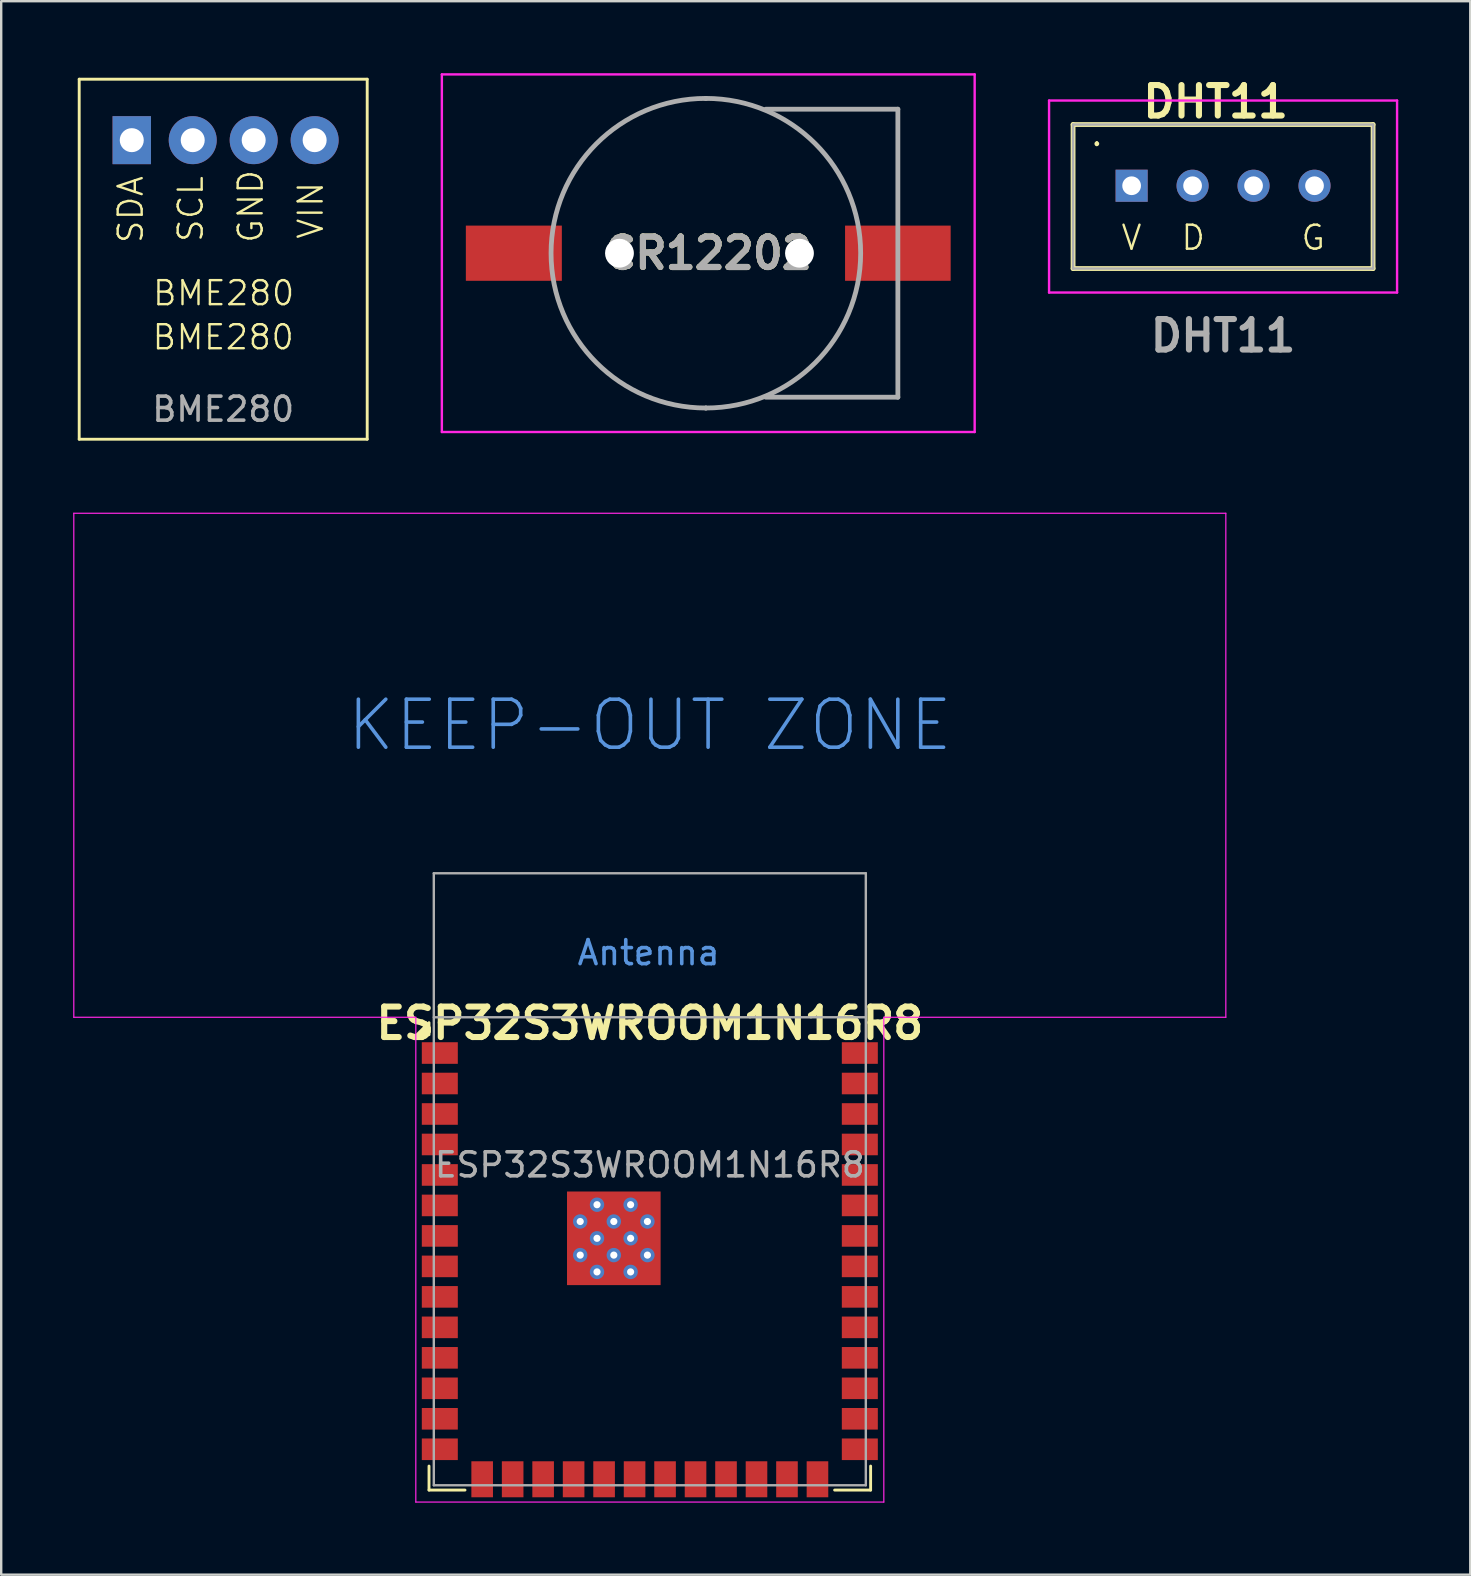
<source format=kicad_pcb>
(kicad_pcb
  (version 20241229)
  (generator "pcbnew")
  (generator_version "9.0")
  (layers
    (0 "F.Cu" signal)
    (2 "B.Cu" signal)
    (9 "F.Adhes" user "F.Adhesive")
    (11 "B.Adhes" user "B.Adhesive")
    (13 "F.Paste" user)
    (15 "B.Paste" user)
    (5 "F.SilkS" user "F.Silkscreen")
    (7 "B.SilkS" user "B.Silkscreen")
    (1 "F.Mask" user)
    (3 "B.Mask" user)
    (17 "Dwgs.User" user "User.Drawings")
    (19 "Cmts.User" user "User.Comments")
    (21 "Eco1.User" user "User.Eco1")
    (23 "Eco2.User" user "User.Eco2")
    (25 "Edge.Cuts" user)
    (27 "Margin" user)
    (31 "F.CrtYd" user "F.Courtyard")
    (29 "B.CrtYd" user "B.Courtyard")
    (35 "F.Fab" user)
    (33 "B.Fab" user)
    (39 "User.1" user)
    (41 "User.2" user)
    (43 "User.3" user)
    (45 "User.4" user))
  (footprint "DHT11"
    (layer "F.Cu")
    (at 44.1 4.689)
    (property "Reference" "DHT11" (at 3.5 -3.5 0) (layer "F.SilkS") (effects (font (size 1.27 1.27) (thickness 0.254))))
    (attr through_hole)
    (fp_line (start -2.44 -2.55) (end 10.06 -2.55) (stroke (width 0.2) (type solid)) (layer "F.SilkS"))
    (fp_line (start -2.44 3.45) (end -2.44 -2.55) (stroke (width 0.2) (type solid)) (layer "F.SilkS"))
    (fp_line (start -1.45 -1.8) (end -1.45 -1.8) (stroke (width 0.1) (type solid)) (layer "F.SilkS"))
    (fp_line (start -1.45 -1.7) (end -1.45 -1.7) (stroke (width 0.1) (type solid)) (layer "F.SilkS"))
    (fp_line (start 10.06 -2.55) (end 10.06 3.45) (stroke (width 0.2) (type solid)) (layer "F.SilkS"))
    (fp_line (start 10.06 3.45) (end -2.44 3.45) (stroke (width 0.2) (type solid)) (layer "F.SilkS"))
    (fp_arc (start -1.45 -1.8) (mid -1.4 -1.75) (end -1.45 -1.7) (stroke (width 0.1) (type solid)) (layer "F.SilkS"))
    (fp_arc (start -1.45 -1.7) (mid -1.5 -1.75) (end -1.45 -1.8) (stroke (width 0.1) (type solid)) (layer "F.SilkS"))
    (fp_line (start -3.44 -3.55) (end 11.06 -3.55) (stroke (width 0.1) (type solid)) (layer "F.CrtYd"))
    (fp_line (start -3.44 4.45) (end -3.44 -3.55) (stroke (width 0.1) (type solid)) (layer "F.CrtYd"))
    (fp_line (start 11.06 -3.55) (end 11.06 4.45) (stroke (width 0.1) (type solid)) (layer "F.CrtYd"))
    (fp_line (start 11.06 4.45) (end -3.44 4.45) (stroke (width 0.1) (type solid)) (layer "F.CrtYd"))
    (fp_line (start -2.44 -2.55) (end -2.44 3.45) (stroke (width 0.1) (type solid)) (layer "F.Fab"))
    (fp_line (start -2.44 3.45) (end 10.06 3.45) (stroke (width 0.1) (type solid)) (layer "F.Fab"))
    (fp_line (start 10.06 -2.55) (end -2.44 -2.55) (stroke (width 0.1) (type solid)) (layer "F.Fab"))
    (fp_line (start 10.06 3.45) (end 10.06 -2.55) (stroke (width 0.1) (type solid)) (layer "F.Fab"))
    (fp_text user "D" (at 2 2.75 0) (unlocked yes) (layer "F.SilkS") (effects (font (size 1 1) (thickness 0.1)) (justify left bottom)))
    (fp_text user "G" (at 7 2.75 0) (unlocked yes) (layer "F.SilkS") (effects (font (size 1 1) (thickness 0.1)) (justify left bottom)))
    (fp_text user "V" (at -0.5 2.75 0) (unlocked yes) (layer "F.SilkS") (effects (font (size 1 1) (thickness 0.1)) (justify left bottom)))
    (fp_text user "${REFERENCE}" (at 3.81 6.25 0) (layer "F.Fab") (effects (font (size 1.27 1.27) (thickness 0.254))))
    (pad "1" thru_hole rect (at 0 0) (size 1.337 1.337) (drill 0.78) (layers "*.Cu" "*.Mask"))
    (pad "2" thru_hole circle (at 2.54 0) (size 1.337 1.337) (drill 0.78) (layers "*.Cu" "*.Mask"))
    (pad "3" thru_hole circle (at 5.08 0) (size 1.337 1.337) (drill 0.78) (layers "*.Cu" "*.Mask"))
    (pad "4" thru_hole circle (at 7.62 0) (size 1.337 1.337) (drill 0.78) (layers "*.Cu" "*.Mask")))
  (footprint "BME280"
    (layer "F.Cu")
    (at 0.25 0.25)
    (property "Reference" "BME280" (at 6 10.75 0) (unlocked yes) (layer "F.SilkS") (effects (font (size 1 1) (thickness 0.1))))
    (attr through_hole)
    (fp_line (start 0 0) (end 0 15) (stroke (width 0.12) (type solid)) (layer "F.SilkS"))
    (fp_line (start 0 0) (end 12 0) (stroke (width 0.12) (type solid)) (layer "F.SilkS"))
    (fp_line (start 12 0) (end 12 15) (stroke (width 0.12) (type solid)) (layer "F.SilkS"))
    (fp_line (start 12 15) (end 0 15) (stroke (width 0.12) (type solid)) (layer "F.SilkS"))
    (fp_text user "SCL" (at 5.23 3.96 90) (unlocked yes) (layer "F.SilkS") (effects (font (size 1 1) (thickness 0.1)) (justify right bottom)))
    (fp_text user "GND" (at 7.73 3.71 90) (unlocked yes) (layer "F.SilkS") (effects (font (size 1 1) (thickness 0.1)) (justify right bottom)))
    (fp_text user "VIN" (at 10.23 4.21 90) (unlocked yes) (layer "F.SilkS") (effects (font (size 1 1) (thickness 0.1)) (justify right bottom)))
    (fp_text user "SDA" (at 2.73 3.96 90) (unlocked yes) (layer "F.SilkS") (effects (font (size 1 1) (thickness 0.1)) (justify right bottom)))
    (fp_text user "BME280" (at 3 9.5 0) (unlocked yes) (layer "F.SilkS") (effects (font (size 1 1) (thickness 0.1)) (justify left bottom)))
    (fp_text user "${REFERENCE}" (at 6 13.75 0) (unlocked yes) (layer "F.Fab") (effects (font (size 1 1) (thickness 0.15))))
    (pad "1" thru_hole rect (at 2.19 2.54 90) (size 2 1.6) (drill 1) (layers "*.Cu" "*.Mask"))
    (pad "2" thru_hole circle (at 4.73 2.54 90) (size 2 2) (drill oval 1) (layers "*.Cu" "*.Mask"))
    (pad "3" thru_hole circle (at 7.27 2.54 90) (size 2 2) (drill 1) (layers "*.Cu" "*.Mask"))
    (pad "4" thru_hole circle (at 9.81 2.54 90) (size 2 2) (drill 1) (layers "*.Cu" "*.Mask")))
  (footprint "CR12202"
    (layer "F.Cu")
    (at 26.36 7.5)
    (property "Reference" "CR12202" (at 0.1 0 0) (layer "F.SilkS") (effects (font (size 1.27 1.27) (thickness 0.254))))
    (attr through_hole)
    (fp_line (start 3.5 6) (end 8 6) (stroke (width 0.1) (type solid)) (layer "F.SilkS"))
    (fp_line (start 3.9 -6) (end 8 -6) (stroke (width 0.1) (type solid)) (layer "F.SilkS"))
    (fp_line (start 8 -6) (end 8 -2) (stroke (width 0.1) (type solid)) (layer "F.SilkS"))
    (fp_line (start 8 6) (end 8 2) (stroke (width 0.1) (type solid)) (layer "F.SilkS"))
    (fp_line (start -11 -7.45) (end 11.2 -7.45) (stroke (width 0.1) (type solid)) (layer "F.CrtYd"))
    (fp_line (start -11 7.45) (end -11 -7.45) (stroke (width 0.1) (type solid)) (layer "F.CrtYd"))
    (fp_line (start 11.2 -7.45) (end 11.2 7.45) (stroke (width 0.1) (type solid)) (layer "F.CrtYd"))
    (fp_line (start 11.2 7.45) (end -11 7.45) (stroke (width 0.1) (type solid)) (layer "F.CrtYd"))
    (fp_line (start 0 -6.45) (end 0 -6.45) (stroke (width 0.2) (type solid)) (layer "F.Fab"))
    (fp_line (start 0 6.45) (end 0 6.45) (stroke (width 0.2) (type solid)) (layer "F.Fab"))
    (fp_line (start 2.5 6) (end 8 6) (stroke (width 0.2) (type solid)) (layer "F.Fab"))
    (fp_line (start 8 -6) (end 2.5 -6) (stroke (width 0.2) (type solid)) (layer "F.Fab"))
    (fp_line (start 8 6) (end 8 -6) (stroke (width 0.2) (type solid)) (layer "F.Fab"))
    (fp_arc (start 0 -6.45) (mid 6.45 0) (end 0 6.45) (stroke (width 0.2) (type solid)) (layer "F.Fab"))
    (fp_arc (start 0 6.45) (mid -6.45 0) (end 0 -6.45) (stroke (width 0.2) (type solid)) (layer "F.Fab"))
    (fp_text user "${REFERENCE}" (at 0.1 0 0) (layer "F.Fab") (effects (font (size 1.27 1.27) (thickness 0.254))))
    (pad "" np_thru_hole circle (at -3.6 0) (size 1.2 1.2) (drill 1.2) (layers "*.Cu" "*.Mask"))
    (pad "" np_thru_hole circle (at 3.9 0) (size 1.2 1.2) (drill 1.2) (layers "*.Cu" "*.Mask"))
    (pad "1" smd rect (at -8 0 90) (size 2.3 4) (layers "F.Cu" "F.Mask" "F.Paste"))
    (pad "2" smd rect (at 8 0 90) (size 2.3 4.4) (layers "F.Cu" "F.Mask" "F.Paste")))
  (footprint "ESP32S3WROOM1N16R8"
    (layer "F.Cu")
    (at 24.025 39.335)
    (property "Reference" "ESP32S3WROOM1N16R8" (at 0 0.25 0) (layer "F.SilkS") (effects (font (size 1.27 1.27) (thickness 0.254))))
    (attr smd)
    (fp_line (start -9.2 18.7) (end -9.2 19.7) (stroke (width 0.12) (type solid)) (layer "F.SilkS"))
    (fp_line (start -9.2 19.7) (end -7.7 19.7) (stroke (width 0.12) (type solid)) (layer "F.SilkS"))
    (fp_line (start 9.2 19.7) (end 7.7 19.7) (stroke (width 0.12) (type solid)) (layer "F.SilkS"))
    (fp_line (start 9.2 19.7) (end 9.2 18.7) (stroke (width 0.12) (type solid)) (layer "F.SilkS"))
    (fp_poly (pts (xy -9.2 0.725) (xy -9.7 0.725) (xy -9.2 0.225) (xy -9.2 0.725)) (stroke (width 0.12) (type solid)) (fill yes) (layer "F.SilkS"))
    (fp_line (start -24 -21) (end -24 0) (stroke (width 0.05) (type solid)) (layer "F.CrtYd"))
    (fp_line (start -24 0) (end -9.75 0) (stroke (width 0.05) (type solid)) (layer "F.CrtYd"))
    (fp_line (start -9.75 20.2) (end -9.75 0) (stroke (width 0.05) (type solid)) (layer "F.CrtYd"))
    (fp_line (start -9.75 20.2) (end 9.75 20.2) (stroke (width 0.05) (type solid)) (layer "F.CrtYd"))
    (fp_line (start 9.75 0) (end 9.75 20.2) (stroke (width 0.05) (type solid)) (layer "F.CrtYd"))
    (fp_line (start 9.75 0) (end 24 0) (stroke (width 0.05) (type solid)) (layer "F.CrtYd"))
    (fp_line (start 24 -21) (end -24 -21) (stroke (width 0.05) (type solid)) (layer "F.CrtYd"))
    (fp_line (start 24 0) (end 24 -21) (stroke (width 0.05) (type solid)) (layer "F.CrtYd"))
    (fp_line (start -9 -6) (end 9 -6) (stroke (width 0.1) (type solid)) (layer "F.Fab"))
    (fp_line (start -9 0) (end 9 0) (stroke (width 0.1) (type solid)) (layer "F.Fab"))
    (fp_line (start -9 19.5) (end -9 -6) (stroke (width 0.1) (type solid)) (layer "F.Fab"))
    (fp_line (start -9 19.5) (end 9 19.5) (stroke (width 0.1) (type solid)) (layer "F.Fab"))
    (fp_line (start 9 19.5) (end 9 -6) (stroke (width 0.1) (type solid)) (layer "F.Fab"))
    (fp_text user "KEEP-OUT ZONE" (at 0 -12.17 0) (layer "Cmts.User") (effects (font (size 2 2) (thickness 0.15))))
    (fp_text user "Antenna" (at -0.05 -2.69 0) (layer "Cmts.User") (effects (font (size 1 1) (thickness 0.15))))
    (fp_text user "${REFERENCE}" (at 0 6.15 0) (unlocked yes) (layer "F.Fab") (effects (font (size 1 1) (thickness 0.15))))
    (pad "" smd rect (at -2.9 7.81) (size 0.9 0.9) (layers "F.Paste"))
    (pad "" smd rect (at -2.9 9.21 270) (size 0.9 0.9) (layers "F.Paste"))
    (pad "" smd rect (at -2.9 10.61) (size 0.9 0.9) (layers "F.Paste"))
    (pad "" smd rect (at -1.5 7.81 270) (size 0.9 0.9) (layers "F.Paste"))
    (pad "" smd rect (at -1.5 9.21 270) (size 0.9 0.9) (layers "F.Paste"))
    (pad "" smd rect (at -1.5 10.61 270) (size 0.9 0.9) (layers "F.Paste"))
    (pad "" smd rect (at -0.1 7.81 270) (size 0.9 0.9) (layers "F.Paste"))
    (pad "" smd rect (at -0.1 9.21 270) (size 0.9 0.9) (layers "F.Paste"))
    (pad "" smd rect (at -0.1 10.61 270) (size 0.9 0.9) (layers "F.Paste"))
    (pad "1" smd rect (at -8.75 1.49) (size 1.5 0.9) (layers "F.Cu" "F.Mask" "F.Paste"))
    (pad "2" smd rect (at -8.75 2.76) (size 1.5 0.9) (layers "F.Cu" "F.Mask" "F.Paste"))
    (pad "3" smd rect (at -8.75 4.03) (size 1.5 0.9) (layers "F.Cu" "F.Mask" "F.Paste"))
    (pad "4" smd rect (at -8.75 5.3) (size 1.5 0.9) (layers "F.Cu" "F.Mask" "F.Paste"))
    (pad "5" smd rect (at -8.75 6.57) (size 1.5 0.9) (layers "F.Cu" "F.Mask" "F.Paste"))
    (pad "6" smd rect (at -8.75 7.84) (size 1.5 0.9) (layers "F.Cu" "F.Mask" "F.Paste"))
    (pad "7" smd rect (at -8.75 9.11) (size 1.5 0.9) (layers "F.Cu" "F.Mask" "F.Paste"))
    (pad "8" smd rect (at -8.75 10.38) (size 1.5 0.9) (layers "F.Cu" "F.Mask" "F.Paste"))
    (pad "9" smd rect (at -8.75 11.65) (size 1.5 0.9) (layers "F.Cu" "F.Mask" "F.Paste"))
    (pad "10" smd rect (at -8.75 12.92) (size 1.5 0.9) (layers "F.Cu" "F.Mask" "F.Paste"))
    (pad "11" smd rect (at -8.75 14.19) (size 1.5 0.9) (layers "F.Cu" "F.Mask" "F.Paste"))
    (pad "12" smd rect (at -8.75 15.46) (size 1.5 0.9) (layers "F.Cu" "F.Mask" "F.Paste"))
    (pad "13" smd rect (at -8.75 16.73) (size 1.5 0.9) (layers "F.Cu" "F.Mask" "F.Paste"))
    (pad "14" smd rect (at -8.75 18 180) (size 1.5 0.9) (layers "F.Cu" "F.Mask" "F.Paste"))
    (pad "15" smd rect (at -6.985 19.25 270) (size 1.5 0.9) (layers "F.Cu" "F.Mask" "F.Paste"))
    (pad "16" smd rect (at -5.715 19.25 270) (size 1.5 0.9) (layers "F.Cu" "F.Mask" "F.Paste"))
    (pad "17" smd rect (at -4.445 19.25 270) (size 1.5 0.9) (layers "F.Cu" "F.Mask" "F.Paste"))
    (pad "18" smd rect (at -3.175 19.25 270) (size 1.5 0.9) (layers "F.Cu" "F.Mask" "F.Paste"))
    (pad "19" smd rect (at -1.905 19.25 270) (size 1.5 0.9) (layers "F.Cu" "F.Mask" "F.Paste"))
    (pad "20" smd rect (at -0.635 19.25 270) (size 1.5 0.9) (layers "F.Cu" "F.Mask" "F.Paste"))
    (pad "21" smd rect (at 0.635 19.25 270) (size 1.5 0.9) (layers "F.Cu" "F.Mask" "F.Paste"))
    (pad "22" smd rect (at 1.905 19.25 270) (size 1.5 0.9) (layers "F.Cu" "F.Mask" "F.Paste"))
    (pad "23" smd rect (at 3.175 19.25 270) (size 1.5 0.9) (layers "F.Cu" "F.Mask" "F.Paste"))
    (pad "24" smd rect (at 4.445 19.25 270) (size 1.5 0.9) (layers "F.Cu" "F.Mask" "F.Paste"))
    (pad "25" smd rect (at 5.715 19.25 270) (size 1.5 0.9) (layers "F.Cu" "F.Mask" "F.Paste"))
    (pad "26" smd rect (at 6.985 19.25 270) (size 1.5 0.9) (layers "F.Cu" "F.Mask" "F.Paste"))
    (pad "27" smd rect (at 8.75 18) (size 1.5 0.9) (layers "F.Cu" "F.Mask" "F.Paste"))
    (pad "28" smd rect (at 8.75 16.73) (size 1.5 0.9) (layers "F.Cu" "F.Mask" "F.Paste"))
    (pad "29" smd rect (at 8.75 15.46) (size 1.5 0.9) (layers "F.Cu" "F.Mask" "F.Paste"))
    (pad "30" smd rect (at 8.75 14.19) (size 1.5 0.9) (layers "F.Cu" "F.Mask" "F.Paste"))
    (pad "31" smd rect (at 8.75 12.92) (size 1.5 0.9) (layers "F.Cu" "F.Mask" "F.Paste"))
    (pad "32" smd rect (at 8.75 11.65) (size 1.5 0.9) (layers "F.Cu" "F.Mask" "F.Paste"))
    (pad "33" smd rect (at 8.75 10.38) (size 1.5 0.9) (layers "F.Cu" "F.Mask" "F.Paste"))
    (pad "34" smd rect (at 8.75 9.11) (size 1.5 0.9) (layers "F.Cu" "F.Mask" "F.Paste"))
    (pad "35" smd rect (at 8.75 7.84) (size 1.5 0.9) (layers "F.Cu" "F.Mask" "F.Paste"))
    (pad "36" smd rect (at 8.75 6.57) (size 1.5 0.9) (layers "F.Cu" "F.Mask" "F.Paste"))
    (pad "37" smd rect (at 8.75 5.3) (size 1.5 0.9) (layers "F.Cu" "F.Mask" "F.Paste"))
    (pad "38" smd rect (at 8.75 4.03) (size 1.5 0.9) (layers "F.Cu" "F.Mask" "F.Paste"))
    (pad "39" smd rect (at 8.75 2.76) (size 1.5 0.9) (layers "F.Cu" "F.Mask" "F.Paste"))
    (pad "40" smd rect (at 8.75 1.49) (size 1.5 0.9) (layers "F.Cu" "F.Mask" "F.Paste"))
    (pad "41" thru_hole circle (at -2.9 8.51 90) (size 0.6 0.6) (drill 0.3) (property pad_prop_heatsink) (layers "*.Cu" "F.Mask"))
    (pad "41" thru_hole circle (at -2.9 9.91) (size 0.6 0.6) (drill 0.3) (property pad_prop_heatsink) (layers "*.Cu" "F.Mask"))
    (pad "41" thru_hole circle (at -2.2 7.81) (size 0.6 0.6) (drill 0.3) (property pad_prop_heatsink) (layers "*.Cu" "F.Mask"))
    (pad "41" thru_hole circle (at -2.2 9.21) (size 0.6 0.6) (drill 0.3) (property pad_prop_heatsink) (layers "*.Cu" "F.Mask"))
    (pad "41" thru_hole circle (at -2.2 10.61) (size 0.6 0.6) (drill 0.3) (property pad_prop_heatsink) (layers "*.Cu" "F.Mask"))
    (pad "41" thru_hole circle (at -1.5 8.51) (size 0.6 0.6) (drill 0.3) (property pad_prop_heatsink) (layers "*.Cu" "F.Mask"))
    (pad "41" smd rect (at -1.5 9.21 270) (size 3.9 3.9) (property pad_prop_heatsink) (layers "F.Cu" "F.Mask"))
    (pad "41" thru_hole circle (at -1.5 9.91) (size 0.6 0.6) (drill 0.3) (property pad_prop_heatsink) (layers "*.Cu" "F.Mask"))
    (pad "41" thru_hole circle (at -0.8 7.81) (size 0.6 0.6) (drill 0.3) (property pad_prop_heatsink) (layers "*.Cu" "F.Mask"))
    (pad "41" thru_hole circle (at -0.8 9.21) (size 0.6 0.6) (drill 0.3) (property pad_prop_heatsink) (layers "*.Cu" "F.Mask"))
    (pad "41" thru_hole circle (at -0.8 10.61) (size 0.6 0.6) (drill 0.3) (property pad_prop_heatsink) (layers "*.Cu" "F.Mask"))
    (pad "41" thru_hole circle (at -0.1 8.51) (size 0.6 0.6) (drill 0.3) (property pad_prop_heatsink) (layers "*.Cu" "F.Mask"))
    (pad "41" thru_hole circle (at -0.1 9.91) (size 0.6 0.6) (drill 0.3) (property pad_prop_heatsink) (layers "*.Cu" "F.Mask"))
    (zone (net_name "") (layers "F.Cu" "B.Cu") (hatch full 0.508) (connect_pads) (min_thickness 0.254) (filled_areas_thickness no) (keepout (tracks not_allowed) (vias not_allowed) (pads not_allowed) (copperpour not_allowed) (footprints not_allowed)) (placement (enabled no)) (fill) (polygon (pts (xy 0.025 39.335) (xy 48.025 39.335) (xy 48.025 18.335) (xy 0.025 18.335)))))
  (gr_rect
    (start -3 -3)
    (end 58.21 62.56)
    (stroke (width 0.1) (type default))
    (fill no)
    (layer "Edge.Cuts")))
</source>
